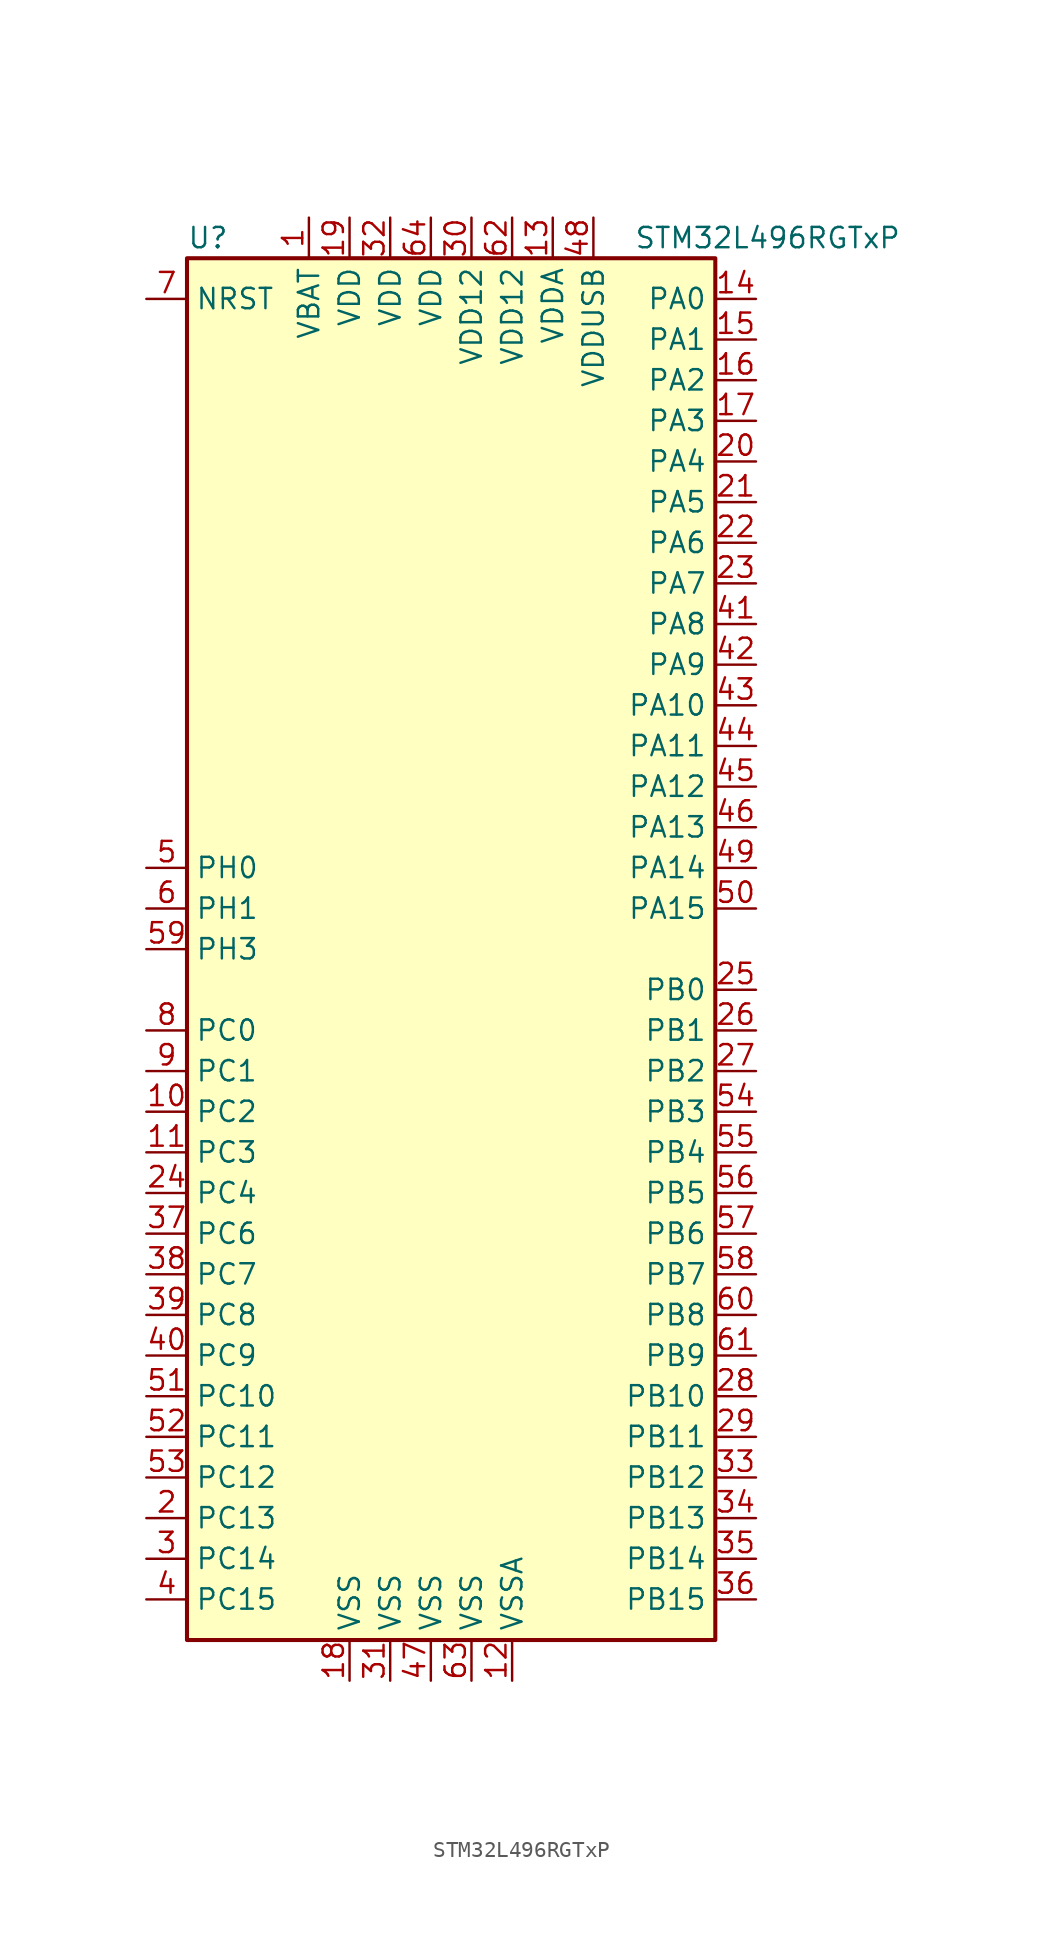
<source format=kicad_sym>
(kicad_symbol_lib
  (version 20220914)
  (generator kicad_symbol_editor)
  (symbol "STM32L496RGTxP"
    (property "Reference" "U"
      (at -17.78 44.45 0)
      (effects (font (size 1.27 1.27)) (justify left)))
    (property "Value" "STM32L496RGTxP"
      (at 10.16 44.45 0)
      (effects (font (size 1.27 1.27)) (justify left)))
    (symbol "STM32L496RGTxP_0_1"
      (rectangle (start -17.78 -43.18) (end 15.24 43.18) (stroke (width 0.254) (type default)) (fill (type background))))
    (symbol "STM32L496RGTxP_1_1"
      (pin power_in line (at -10.16 45.72 270) (length 2.54) (name "VBAT" (effects (font (size 1.27 1.27)))) (number "1" (effects (font (size 1.27 1.27)))))
      (pin bidirectional line (at -20.32 -10.16 0) (length 2.54) (name "PC2" (effects (font (size 1.27 1.27)))) (number "10" (effects (font (size 1.27 1.27)))))
      (pin bidirectional line (at -20.32 -12.7 0) (length 2.54) (name "PC3" (effects (font (size 1.27 1.27)))) (number "11" (effects (font (size 1.27 1.27)))))
      (pin power_in line (at 2.54 -45.72 90) (length 2.54) (name "VSSA" (effects (font (size 1.27 1.27)))) (number "12" (effects (font (size 1.27 1.27)))))
      (pin power_in line (at 5.08 45.72 270) (length 2.54) (name "VDDA" (effects (font (size 1.27 1.27)))) (number "13" (effects (font (size 1.27 1.27)))))
      (pin bidirectional line (at 17.78 40.64 180) (length 2.54) (name "PA0" (effects (font (size 1.27 1.27)))) (number "14" (effects (font (size 1.27 1.27)))))
      (pin bidirectional line (at 17.78 38.1 180) (length 2.54) (name "PA1" (effects (font (size 1.27 1.27)))) (number "15" (effects (font (size 1.27 1.27)))))
      (pin bidirectional line (at 17.78 35.56 180) (length 2.54) (name "PA2" (effects (font (size 1.27 1.27)))) (number "16" (effects (font (size 1.27 1.27)))))
      (pin bidirectional line (at 17.78 33.02 180) (length 2.54) (name "PA3" (effects (font (size 1.27 1.27)))) (number "17" (effects (font (size 1.27 1.27)))))
      (pin power_in line (at -7.62 -45.72 90) (length 2.54) (name "VSS" (effects (font (size 1.27 1.27)))) (number "18" (effects (font (size 1.27 1.27)))))
      (pin power_in line (at -7.62 45.72 270) (length 2.54) (name "VDD" (effects (font (size 1.27 1.27)))) (number "19" (effects (font (size 1.27 1.27)))))
      (pin bidirectional line (at -20.32 -35.56 0) (length 2.54) (name "PC13" (effects (font (size 1.27 1.27)))) (number "2" (effects (font (size 1.27 1.27)))))
      (pin bidirectional line (at 17.78 30.48 180) (length 2.54) (name "PA4" (effects (font (size 1.27 1.27)))) (number "20" (effects (font (size 1.27 1.27)))))
      (pin bidirectional line (at 17.78 27.94 180) (length 2.54) (name "PA5" (effects (font (size 1.27 1.27)))) (number "21" (effects (font (size 1.27 1.27)))))
      (pin bidirectional line (at 17.78 25.4 180) (length 2.54) (name "PA6" (effects (font (size 1.27 1.27)))) (number "22" (effects (font (size 1.27 1.27)))))
      (pin bidirectional line (at 17.78 22.86 180) (length 2.54) (name "PA7" (effects (font (size 1.27 1.27)))) (number "23" (effects (font (size 1.27 1.27)))))
      (pin bidirectional line (at -20.32 -15.24 0) (length 2.54) (name "PC4" (effects (font (size 1.27 1.27)))) (number "24" (effects (font (size 1.27 1.27)))))
      (pin bidirectional line (at 17.78 -2.54 180) (length 2.54) (name "PB0" (effects (font (size 1.27 1.27)))) (number "25" (effects (font (size 1.27 1.27)))))
      (pin bidirectional line (at 17.78 -5.08 180) (length 2.54) (name "PB1" (effects (font (size 1.27 1.27)))) (number "26" (effects (font (size 1.27 1.27)))))
      (pin bidirectional line (at 17.78 -7.62 180) (length 2.54) (name "PB2" (effects (font (size 1.27 1.27)))) (number "27" (effects (font (size 1.27 1.27)))))
      (pin bidirectional line (at 17.78 -27.94 180) (length 2.54) (name "PB10" (effects (font (size 1.27 1.27)))) (number "28" (effects (font (size 1.27 1.27)))))
      (pin bidirectional line (at 17.78 -30.48 180) (length 2.54) (name "PB11" (effects (font (size 1.27 1.27)))) (number "29" (effects (font (size 1.27 1.27)))))
      (pin bidirectional line (at -20.32 -38.1 0) (length 2.54) (name "PC14" (effects (font (size 1.27 1.27)))) (number "3" (effects (font (size 1.27 1.27)))))
      (pin power_in line (at 0 45.72 270) (length 2.54) (name "VDD12" (effects (font (size 1.27 1.27)))) (number "30" (effects (font (size 1.27 1.27)))))
      (pin power_in line (at -5.08 -45.72 90) (length 2.54) (name "VSS" (effects (font (size 1.27 1.27)))) (number "31" (effects (font (size 1.27 1.27)))))
      (pin power_in line (at -5.08 45.72 270) (length 2.54) (name "VDD" (effects (font (size 1.27 1.27)))) (number "32" (effects (font (size 1.27 1.27)))))
      (pin bidirectional line (at 17.78 -33.02 180) (length 2.54) (name "PB12" (effects (font (size 1.27 1.27)))) (number "33" (effects (font (size 1.27 1.27)))))
      (pin bidirectional line (at 17.78 -35.56 180) (length 2.54) (name "PB13" (effects (font (size 1.27 1.27)))) (number "34" (effects (font (size 1.27 1.27)))))
      (pin bidirectional line (at 17.78 -38.1 180) (length 2.54) (name "PB14" (effects (font (size 1.27 1.27)))) (number "35" (effects (font (size 1.27 1.27)))))
      (pin bidirectional line (at 17.78 -40.64 180) (length 2.54) (name "PB15" (effects (font (size 1.27 1.27)))) (number "36" (effects (font (size 1.27 1.27)))))
      (pin bidirectional line (at -20.32 -17.78 0) (length 2.54) (name "PC6" (effects (font (size 1.27 1.27)))) (number "37" (effects (font (size 1.27 1.27)))))
      (pin bidirectional line (at -20.32 -20.32 0) (length 2.54) (name "PC7" (effects (font (size 1.27 1.27)))) (number "38" (effects (font (size 1.27 1.27)))))
      (pin bidirectional line (at -20.32 -22.86 0) (length 2.54) (name "PC8" (effects (font (size 1.27 1.27)))) (number "39" (effects (font (size 1.27 1.27)))))
      (pin bidirectional line (at -20.32 -40.64 0) (length 2.54) (name "PC15" (effects (font (size 1.27 1.27)))) (number "4" (effects (font (size 1.27 1.27)))))
      (pin bidirectional line (at -20.32 -25.4 0) (length 2.54) (name "PC9" (effects (font (size 1.27 1.27)))) (number "40" (effects (font (size 1.27 1.27)))))
      (pin bidirectional line (at 17.78 20.32 180) (length 2.54) (name "PA8" (effects (font (size 1.27 1.27)))) (number "41" (effects (font (size 1.27 1.27)))))
      (pin bidirectional line (at 17.78 17.78 180) (length 2.54) (name "PA9" (effects (font (size 1.27 1.27)))) (number "42" (effects (font (size 1.27 1.27)))))
      (pin bidirectional line (at 17.78 15.24 180) (length 2.54) (name "PA10" (effects (font (size 1.27 1.27)))) (number "43" (effects (font (size 1.27 1.27)))))
      (pin bidirectional line (at 17.78 12.7 180) (length 2.54) (name "PA11" (effects (font (size 1.27 1.27)))) (number "44" (effects (font (size 1.27 1.27)))))
      (pin bidirectional line (at 17.78 10.16 180) (length 2.54) (name "PA12" (effects (font (size 1.27 1.27)))) (number "45" (effects (font (size 1.27 1.27)))))
      (pin bidirectional line (at 17.78 7.62 180) (length 2.54) (name "PA13" (effects (font (size 1.27 1.27)))) (number "46" (effects (font (size 1.27 1.27)))))
      (pin power_in line (at -2.54 -45.72 90) (length 2.54) (name "VSS" (effects (font (size 1.27 1.27)))) (number "47" (effects (font (size 1.27 1.27)))))
      (pin power_in line (at 7.62 45.72 270) (length 2.54) (name "VDDUSB" (effects (font (size 1.27 1.27)))) (number "48" (effects (font (size 1.27 1.27)))))
      (pin bidirectional line (at 17.78 5.08 180) (length 2.54) (name "PA14" (effects (font (size 1.27 1.27)))) (number "49" (effects (font (size 1.27 1.27)))))
      (pin input line (at -20.32 5.08 0) (length 2.54) (name "PH0" (effects (font (size 1.27 1.27)))) (number "5" (effects (font (size 1.27 1.27)))))
      (pin bidirectional line (at 17.78 2.54 180) (length 2.54) (name "PA15" (effects (font (size 1.27 1.27)))) (number "50" (effects (font (size 1.27 1.27)))))
      (pin bidirectional line (at -20.32 -27.94 0) (length 2.54) (name "PC10" (effects (font (size 1.27 1.27)))) (number "51" (effects (font (size 1.27 1.27)))))
      (pin bidirectional line (at -20.32 -30.48 0) (length 2.54) (name "PC11" (effects (font (size 1.27 1.27)))) (number "52" (effects (font (size 1.27 1.27)))))
      (pin bidirectional line (at -20.32 -33.02 0) (length 2.54) (name "PC12" (effects (font (size 1.27 1.27)))) (number "53" (effects (font (size 1.27 1.27)))))
      (pin bidirectional line (at 17.78 -10.16 180) (length 2.54) (name "PB3" (effects (font (size 1.27 1.27)))) (number "54" (effects (font (size 1.27 1.27)))))
      (pin bidirectional line (at 17.78 -12.7 180) (length 2.54) (name "PB4" (effects (font (size 1.27 1.27)))) (number "55" (effects (font (size 1.27 1.27)))))
      (pin bidirectional line (at 17.78 -15.24 180) (length 2.54) (name "PB5" (effects (font (size 1.27 1.27)))) (number "56" (effects (font (size 1.27 1.27)))))
      (pin bidirectional line (at 17.78 -17.78 180) (length 2.54) (name "PB6" (effects (font (size 1.27 1.27)))) (number "57" (effects (font (size 1.27 1.27)))))
      (pin bidirectional line (at 17.78 -20.32 180) (length 2.54) (name "PB7" (effects (font (size 1.27 1.27)))) (number "58" (effects (font (size 1.27 1.27)))))
      (pin bidirectional line (at -20.32 0 0) (length 2.54) (name "PH3" (effects (font (size 1.27 1.27)))) (number "59" (effects (font (size 1.27 1.27)))))
      (pin input line (at -20.32 2.54 0) (length 2.54) (name "PH1" (effects (font (size 1.27 1.27)))) (number "6" (effects (font (size 1.27 1.27)))))
      (pin bidirectional line (at 17.78 -22.86 180) (length 2.54) (name "PB8" (effects (font (size 1.27 1.27)))) (number "60" (effects (font (size 1.27 1.27)))))
      (pin bidirectional line (at 17.78 -25.4 180) (length 2.54) (name "PB9" (effects (font (size 1.27 1.27)))) (number "61" (effects (font (size 1.27 1.27)))))
      (pin power_in line (at 2.54 45.72 270) (length 2.54) (name "VDD12" (effects (font (size 1.27 1.27)))) (number "62" (effects (font (size 1.27 1.27)))))
      (pin power_in line (at 0 -45.72 90) (length 2.54) (name "VSS" (effects (font (size 1.27 1.27)))) (number "63" (effects (font (size 1.27 1.27)))))
      (pin power_in line (at -2.54 45.72 270) (length 2.54) (name "VDD" (effects (font (size 1.27 1.27)))) (number "64" (effects (font (size 1.27 1.27)))))
      (pin input line (at -20.32 40.64 0) (length 2.54) (name "NRST" (effects (font (size 1.27 1.27)))) (number "7" (effects (font (size 1.27 1.27)))))
      (pin bidirectional line (at -20.32 -5.08 0) (length 2.54) (name "PC0" (effects (font (size 1.27 1.27)))) (number "8" (effects (font (size 1.27 1.27)))))
      (pin bidirectional line (at -20.32 -7.62 0) (length 2.54) (name "PC1" (effects (font (size 1.27 1.27)))) (number "9" (effects (font (size 1.27 1.27))))))))
</source>
